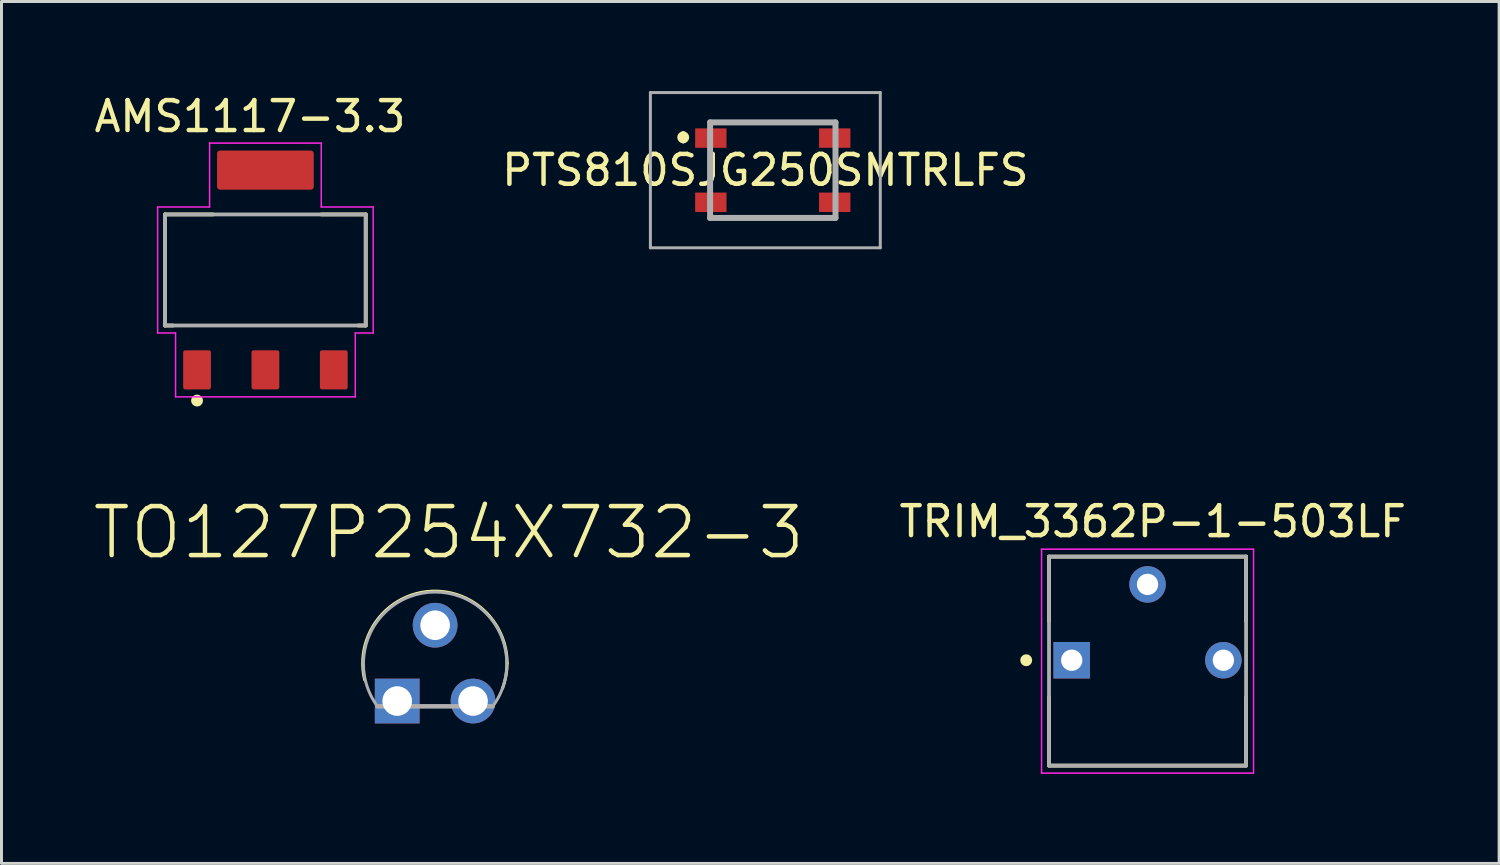
<source format=kicad_pcb>
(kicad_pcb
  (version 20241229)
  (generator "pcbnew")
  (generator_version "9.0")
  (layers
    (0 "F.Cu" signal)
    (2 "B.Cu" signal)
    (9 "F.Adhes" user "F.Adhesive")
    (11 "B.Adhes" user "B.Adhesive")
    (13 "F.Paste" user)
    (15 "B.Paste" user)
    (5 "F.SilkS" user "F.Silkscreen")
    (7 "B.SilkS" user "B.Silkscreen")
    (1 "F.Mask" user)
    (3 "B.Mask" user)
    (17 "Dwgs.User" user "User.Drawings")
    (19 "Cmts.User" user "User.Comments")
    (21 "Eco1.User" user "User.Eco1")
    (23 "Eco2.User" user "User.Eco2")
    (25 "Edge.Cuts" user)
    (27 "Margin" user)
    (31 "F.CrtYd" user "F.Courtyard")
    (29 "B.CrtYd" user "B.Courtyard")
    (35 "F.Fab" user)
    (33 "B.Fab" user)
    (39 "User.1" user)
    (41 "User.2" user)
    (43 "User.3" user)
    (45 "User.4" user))
  (footprint "TRIM_3362P-1-503LF"
    (layer "F.Cu")
    (at 35.386 19.064)
    (property "Reference" "TRIM_3362P-1-503LF" (at 0.175 -4.648 0) (layer "F.SilkS") (effects (font (size 1.003 1.003) (thickness 0.15))))
    (attr through_hole)
    (fp_line (start -3.3 -3.47) (end 3.3 -3.47) (stroke (width 0.127) (type solid)) (layer "F.SilkS"))
    (fp_line (start -3.3 -1.305) (end -3.3 -3.47) (stroke (width 0.127) (type solid)) (layer "F.SilkS"))
    (fp_line (start -3.3 3.52) (end -3.3 1.235) (stroke (width 0.127) (type solid)) (layer "F.SilkS"))
    (fp_line (start 3.3 -3.47) (end 3.3 -1.305) (stroke (width 0.127) (type solid)) (layer "F.SilkS"))
    (fp_line (start 3.3 1.235) (end 3.3 3.52) (stroke (width 0.127) (type solid)) (layer "F.SilkS"))
    (fp_line (start 3.3 3.53) (end -3.3 3.53) (stroke (width 0.127) (type solid)) (layer "F.SilkS"))
    (fp_circle (center -4.064 0) (end -3.964 0) (stroke (width 0.2) (type solid)) (fill no) (layer "F.SilkS"))
    (fp_line (start -3.55 -3.72) (end 3.55 -3.72) (stroke (width 0.05) (type solid)) (layer "F.CrtYd"))
    (fp_line (start -3.55 3.78) (end -3.55 -3.72) (stroke (width 0.05) (type solid)) (layer "F.CrtYd"))
    (fp_line (start 3.55 -3.72) (end 3.55 3.78) (stroke (width 0.05) (type solid)) (layer "F.CrtYd"))
    (fp_line (start 3.55 3.78) (end -3.55 3.78) (stroke (width 0.05) (type solid)) (layer "F.CrtYd"))
    (fp_line (start -3.3 -3.47) (end 3.3 -3.47) (stroke (width 0.127) (type solid)) (layer "F.Fab"))
    (fp_line (start -3.3 3.53) (end -3.3 -3.47) (stroke (width 0.127) (type solid)) (layer "F.Fab"))
    (fp_line (start 3.3 -3.47) (end 3.3 3.53) (stroke (width 0.127) (type solid)) (layer "F.Fab"))
    (fp_line (start 3.3 3.53) (end -3.3 3.53) (stroke (width 0.127) (type solid)) (layer "F.Fab"))
    (pad "1" thru_hole rect (at -2.54 0) (size 1.222 1.222) (drill 0.714) (layers "*.Cu" "*.Mask"))
    (pad "2" thru_hole circle (at 0 -2.54) (size 1.222 1.222) (drill 0.714) (layers "*.Cu" "*.Mask"))
    (pad "3" thru_hole circle (at 2.54 0) (size 1.222 1.222) (drill 0.714) (layers "*.Cu" "*.Mask")))
  (footprint "PTS810SJG250SMTRLFS"
    (layer "F.Cu")
    (at 22.834 2.65)
    (property "Reference" "PTS810SJG250SMTRLFS" (at -0.25 0 0) (layer "F.SilkS") (effects (font (size 1 1) (thickness 0.15))))
    (attr smd)
    (fp_line (start -3 -1.2) (end -3 -1.2) (stroke (width 0.2) (type solid)) (layer "F.SilkS"))
    (fp_line (start -3 -1) (end -3 -1) (stroke (width 0.2) (type solid)) (layer "F.SilkS"))
    (fp_line (start -2.1 -1.6) (end 2.075 -1.6) (stroke (width 0.1) (type solid)) (layer "F.SilkS"))
    (fp_line (start -2.1 1.6) (end 2.075 1.6) (stroke (width 0.1) (type solid)) (layer "F.SilkS"))
    (fp_arc (start -3 -1.2) (mid -2.9 -1.1) (end -3 -1) (stroke (width 0.2) (type solid)) (layer "F.SilkS"))
    (fp_arc (start -3 -1) (mid -3.1 -1.1) (end -3 -1.2) (stroke (width 0.2) (type solid)) (layer "F.SilkS"))
    (fp_line (start -4.1 -2.6) (end 3.6 -2.6) (stroke (width 0.1) (type solid)) (layer "F.Fab"))
    (fp_line (start -4.1 2.6) (end -4.1 -2.6) (stroke (width 0.1) (type solid)) (layer "F.Fab"))
    (fp_line (start -2.1 -1.6) (end 2.1 -1.6) (stroke (width 0.2) (type solid)) (layer "F.Fab"))
    (fp_line (start -2.1 1.6) (end -2.1 -1.6) (stroke (width 0.2) (type solid)) (layer "F.Fab"))
    (fp_line (start 2.1 -1.6) (end 2.1 1.6) (stroke (width 0.2) (type solid)) (layer "F.Fab"))
    (fp_line (start 2.1 1.6) (end -2.1 1.6) (stroke (width 0.2) (type solid)) (layer "F.Fab"))
    (fp_line (start 3.6 -2.6) (end 3.6 2.6) (stroke (width 0.1) (type solid)) (layer "F.Fab"))
    (fp_line (start 3.6 2.6) (end -4.1 2.6) (stroke (width 0.1) (type solid)) (layer "F.Fab"))
    (pad "1" smd rect (at -2.075 -1.075) (size 1.05 0.65) (layers "F.Cu" "F.Mask" "F.Paste"))
    (pad "2" smd rect (at 2.075 -1.075) (size 1.05 0.65) (layers "F.Cu" "F.Mask" "F.Paste"))
    (pad "3" smd rect (at -2.075 1.075) (size 1.05 0.65) (layers "F.Cu" "F.Mask" "F.Paste"))
    (pad "4" smd rect (at 2.075 1.075) (size 1.05 0.65) (layers "F.Cu" "F.Mask" "F.Paste")))
  (footprint "TO127P254X732-3"
    (layer "F.Cu")
    (at 12.794 17.891)
    (property "Reference" "TO127P254X732-3" (at -0.813 -3.101 0) (layer "F.SilkS") (effects (font (size 1.641 1.641) (thickness 0.15))))
    (attr through_hole)
    (fp_arc (start -3.632201 1.828799) (mid -1.557641 -1.125681) (end 1.143 1.27) (stroke (width 0.1) (type solid)) (layer "F.SilkS"))
    (fp_arc (start 1.143 1.27) (mid 1.103466 1.695767) (end 0.9906 2.1082) (stroke (width 0.1) (type solid)) (layer "F.SilkS"))
    (fp_line (start -3.2 2.718) (end 0.66 2.718) (stroke (width 0.152) (type solid)) (layer "F.Fab"))
    (fp_arc (start -3.2004 2.7178) (mid -1.27 -1.112044) (end 0.6604 2.7178) (stroke (width 0.1) (type solid)) (layer "F.Fab"))
    (pad "1" thru_hole rect (at -2.54 2.54) (size 1.499 1.499) (drill 0.991) (layers "*.Cu" "*.Mask"))
    (pad "2" thru_hole circle (at -1.27 0) (size 1.499 1.499) (drill 0.991) (layers "*.Cu" "*.Mask"))
    (pad "3" thru_hole circle (at 0 2.54) (size 1.499 1.499) (drill 0.991) (layers "*.Cu" "*.Mask")))
  (footprint "AMS1117-3.3"
    (layer "F.Cu")
    (at 5.84 5.993)
    (property "Reference" "AMS1117-3.3" (at -0.516 -5.144 0) (layer "F.SilkS") (effects (font (size 1.002 1.002) (thickness 0.15))))
    (attr smd)
    (fp_line (start -3.36 1.86) (end -3.36 -1.86) (stroke (width 0.127) (type solid)) (layer "F.SilkS"))
    (fp_line (start -3.36 1.86) (end -3.1 1.86) (stroke (width 0.127) (type solid)) (layer "F.SilkS"))
    (fp_line (start -1.76 -1.86) (end -3.36 -1.86) (stroke (width 0.127) (type solid)) (layer "F.SilkS"))
    (fp_line (start 3.11 1.86) (end 3.36 1.86) (stroke (width 0.127) (type solid)) (layer "F.SilkS"))
    (fp_line (start 3.36 -1.86) (end 1.87 -1.86) (stroke (width 0.127) (type solid)) (layer "F.SilkS"))
    (fp_line (start 3.36 1.86) (end 3.36 -1.86) (stroke (width 0.127) (type solid)) (layer "F.SilkS"))
    (fp_circle (center -2.29 4.373) (end -2.19 4.373) (stroke (width 0.2) (type solid)) (fill no) (layer "F.SilkS"))
    (fp_line (start -3.61 -2.11) (end -3.61 2.11) (stroke (width 0.05) (type solid)) (layer "F.CrtYd"))
    (fp_line (start -3.61 2.11) (end -3.01 2.11) (stroke (width 0.05) (type solid)) (layer "F.CrtYd"))
    (fp_line (start -3.01 2.11) (end -3.01 4.25) (stroke (width 0.05) (type solid)) (layer "F.CrtYd"))
    (fp_line (start -3.01 4.25) (end 3.01 4.25) (stroke (width 0.05) (type solid)) (layer "F.CrtYd"))
    (fp_line (start -1.87 -4.25) (end -1.87 -2.11) (stroke (width 0.05) (type solid)) (layer "F.CrtYd"))
    (fp_line (start -1.87 -2.11) (end -3.61 -2.11) (stroke (width 0.05) (type solid)) (layer "F.CrtYd"))
    (fp_line (start 1.87 -4.25) (end -1.87 -4.25) (stroke (width 0.05) (type solid)) (layer "F.CrtYd"))
    (fp_line (start 1.87 -2.11) (end 1.87 -4.25) (stroke (width 0.05) (type solid)) (layer "F.CrtYd"))
    (fp_line (start 3.01 2.11) (end 3.61 2.11) (stroke (width 0.05) (type solid)) (layer "F.CrtYd"))
    (fp_line (start 3.01 4.25) (end 3.01 2.11) (stroke (width 0.05) (type solid)) (layer "F.CrtYd"))
    (fp_line (start 3.61 -2.11) (end 1.87 -2.11) (stroke (width 0.05) (type solid)) (layer "F.CrtYd"))
    (fp_line (start 3.61 2.11) (end 3.61 -2.11) (stroke (width 0.05) (type solid)) (layer "F.CrtYd"))
    (fp_line (start -3.36 -1.86) (end 3.36 -1.86) (stroke (width 0.127) (type solid)) (layer "F.Fab"))
    (fp_line (start -3.36 1.86) (end -3.36 -1.86) (stroke (width 0.127) (type solid)) (layer "F.Fab"))
    (fp_line (start 3.36 -1.86) (end 3.36 1.86) (stroke (width 0.127) (type solid)) (layer "F.Fab"))
    (fp_line (start 3.36 1.86) (end -3.36 1.86) (stroke (width 0.127) (type solid)) (layer "F.Fab"))
    (pad "1" smd roundrect (at -2.29 3.345) (size 0.93 1.31) (layers "F.Cu" "F.Mask" "F.Paste") (roundrect_rratio 0.075))
    (pad "2" smd roundrect (at 0 3.345) (size 0.93 1.31) (layers "F.Cu" "F.Mask" "F.Paste") (roundrect_rratio 0.075))
    (pad "3" smd roundrect (at 2.29 3.345) (size 0.93 1.31) (layers "F.Cu" "F.Mask" "F.Paste") (roundrect_rratio 0.075))
    (pad "4" smd roundrect (at 0 -3.345) (size 3.24 1.31) (layers "F.Cu" "F.Mask" "F.Paste") (roundrect_rratio 0.075)))
  (gr_rect
    (start -3 -3)
    (end 47.162 25.869)
    (stroke (width 0.1) (type default))
    (fill no)
    (layer "Edge.Cuts")))
</source>
